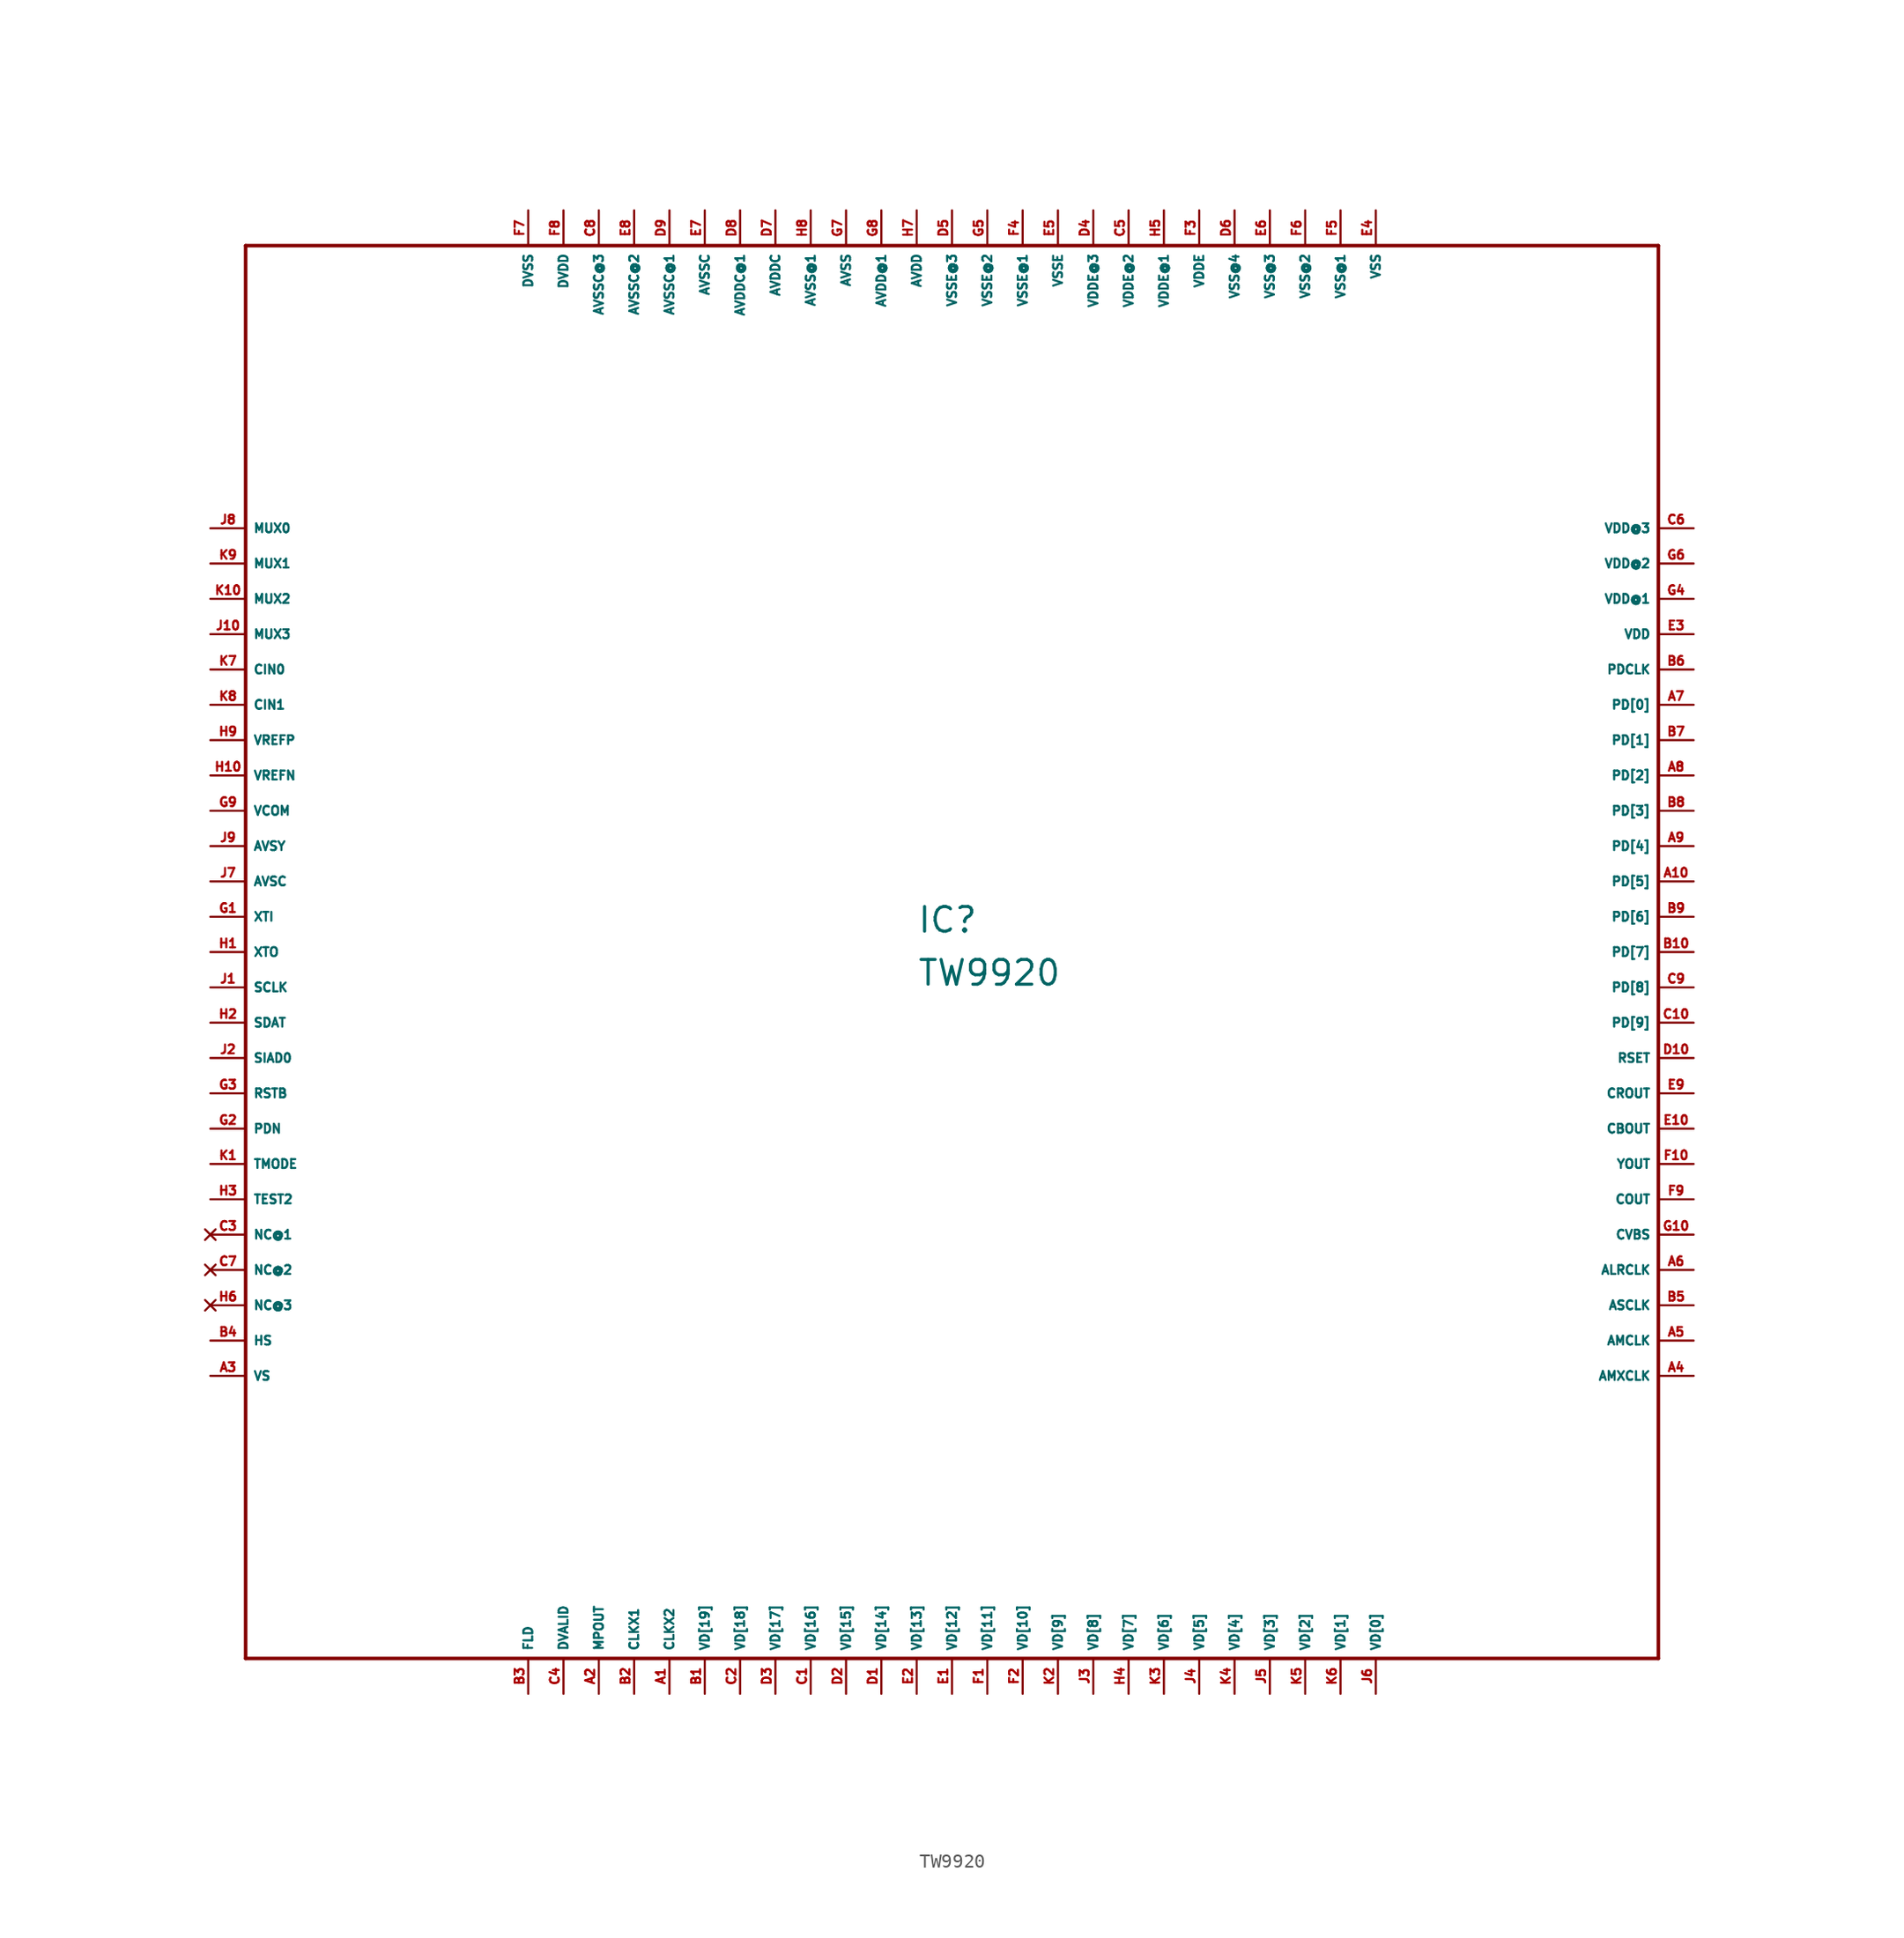
<source format=kicad_sym>
(kicad_symbol_lib
  (version 20220914)
  (generator Eagle2Kicad)
  (symbol "TW9920"
    (property "Reference" "IC"
      (at -2.54 1.27 0)
      (effects (font (size 1.778 1.778) (thickness 0.22)) (justify left bottom)))
    (property "Value" "TW9920"
      (at -2.54 -2.54 0)
      (effects (font (size 1.778 1.778) (thickness 0.22)) (justify left bottom)))
    (polyline
      (pts (xy -50.8 -50.8) (xy 50.8 -50.8))
      (stroke (width 0.254) (type default))
      (fill (type none)))
    (polyline
      (pts (xy 50.8 -50.8) (xy 50.8 50.8))
      (stroke (width 0.254) (type default))
      (fill (type none)))
    (polyline
      (pts (xy 50.8 50.8) (xy -50.8 50.8))
      (stroke (width 0.254) (type default))
      (fill (type none)))
    (polyline
      (pts (xy -50.8 50.8) (xy -50.8 -50.8))
      (stroke (width 0.254) (type default))
      (fill (type none)))
    (pin input line
      (at -53.34 30.48 0)
      (length 2.54)
      (name "MUX0" (effects (font (size 0.635 0.635) (thickness 0.08)) (justify left bottom)))
      (number "J8" (effects (font (size 0.635 0.635) (thickness 0.08)) (justify left bottom))))
    (pin input line
      (at -53.34 27.94 0)
      (length 2.54)
      (name "MUX1" (effects (font (size 0.635 0.635) (thickness 0.08)) (justify left bottom)))
      (number "K9" (effects (font (size 0.635 0.635) (thickness 0.08)) (justify left bottom))))
    (pin input line
      (at -53.34 25.4 0)
      (length 2.54)
      (name "MUX2" (effects (font (size 0.635 0.635) (thickness 0.08)) (justify left bottom)))
      (number "K10" (effects (font (size 0.635 0.635) (thickness 0.08)) (justify left bottom))))
    (pin input line
      (at -53.34 22.86 0)
      (length 2.54)
      (name "MUX3" (effects (font (size 0.635 0.635) (thickness 0.08)) (justify left bottom)))
      (number "J10" (effects (font (size 0.635 0.635) (thickness 0.08)) (justify left bottom))))
    (pin input line
      (at -53.34 20.32 0)
      (length 2.54)
      (name "CIN0" (effects (font (size 0.635 0.635) (thickness 0.08)) (justify left bottom)))
      (number "K7" (effects (font (size 0.635 0.635) (thickness 0.08)) (justify left bottom))))
    (pin input line
      (at -53.34 17.78 0)
      (length 2.54)
      (name "CIN1" (effects (font (size 0.635 0.635) (thickness 0.08)) (justify left bottom)))
      (number "K8" (effects (font (size 0.635 0.635) (thickness 0.08)) (justify left bottom))))
    (pin output line
      (at -53.34 15.24 0)
      (length 2.54)
      (name "VREFP" (effects (font (size 0.635 0.635) (thickness 0.08)) (justify left bottom)))
      (number "H9" (effects (font (size 0.635 0.635) (thickness 0.08)) (justify left bottom))))
    (pin output line
      (at -53.34 12.7 0)
      (length 2.54)
      (name "VREFN" (effects (font (size 0.635 0.635) (thickness 0.08)) (justify left bottom)))
      (number "H10" (effects (font (size 0.635 0.635) (thickness 0.08)) (justify left bottom))))
    (pin output line
      (at -53.34 10.16 0)
      (length 2.54)
      (name "VCOM" (effects (font (size 0.635 0.635) (thickness 0.08)) (justify left bottom)))
      (number "G9" (effects (font (size 0.635 0.635) (thickness 0.08)) (justify left bottom))))
    (pin input line
      (at -53.34 7.62 0)
      (length 2.54)
      (name "AVSY" (effects (font (size 0.635 0.635) (thickness 0.08)) (justify left bottom)))
      (number "J9" (effects (font (size 0.635 0.635) (thickness 0.08)) (justify left bottom))))
    (pin input line
      (at -53.34 5.08 0)
      (length 2.54)
      (name "AVSC" (effects (font (size 0.635 0.635) (thickness 0.08)) (justify left bottom)))
      (number "J7" (effects (font (size 0.635 0.635) (thickness 0.08)) (justify left bottom))))
    (pin input line
      (at -53.34 2.54 0)
      (length 2.54)
      (name "XTI" (effects (font (size 0.635 0.635) (thickness 0.08)) (justify left bottom)))
      (number "G1" (effects (font (size 0.635 0.635) (thickness 0.08)) (justify left bottom))))
    (pin output line
      (at -53.34 0 0)
      (length 2.54)
      (name "XTO" (effects (font (size 0.635 0.635) (thickness 0.08)) (justify left bottom)))
      (number "H1" (effects (font (size 0.635 0.635) (thickness 0.08)) (justify left bottom))))
    (pin input line
      (at -53.34 -2.54 0)
      (length 2.54)
      (name "SCLK" (effects (font (size 0.635 0.635) (thickness 0.08)) (justify left bottom)))
      (number "J1" (effects (font (size 0.635 0.635) (thickness 0.08)) (justify left bottom))))
    (pin bidirectional line
      (at -53.34 -5.08 0)
      (length 2.54)
      (name "SDAT" (effects (font (size 0.635 0.635) (thickness 0.08)) (justify left bottom)))
      (number "H2" (effects (font (size 0.635 0.635) (thickness 0.08)) (justify left bottom))))
    (pin input line
      (at -53.34 -7.62 0)
      (length 2.54)
      (name "SIAD0" (effects (font (size 0.635 0.635) (thickness 0.08)) (justify left bottom)))
      (number "J2" (effects (font (size 0.635 0.635) (thickness 0.08)) (justify left bottom))))
    (pin input line
      (at -53.34 -10.16 0)
      (length 2.54)
      (name "RSTB" (effects (font (size 0.635 0.635) (thickness 0.08)) (justify left bottom)))
      (number "G3" (effects (font (size 0.635 0.635) (thickness 0.08)) (justify left bottom))))
    (pin input line
      (at -53.34 -12.7 0)
      (length 2.54)
      (name "PDN" (effects (font (size 0.635 0.635) (thickness 0.08)) (justify left bottom)))
      (number "G2" (effects (font (size 0.635 0.635) (thickness 0.08)) (justify left bottom))))
    (pin input line
      (at -53.34 -15.24 0)
      (length 2.54)
      (name "TMODE" (effects (font (size 0.635 0.635) (thickness 0.08)) (justify left bottom)))
      (number "K1" (effects (font (size 0.635 0.635) (thickness 0.08)) (justify left bottom))))
    (pin passive line
      (at -53.34 -17.78 0)
      (length 2.54)
      (name "TEST2" (effects (font (size 0.635 0.635) (thickness 0.08)) (justify left bottom)))
      (number "H3" (effects (font (size 0.635 0.635) (thickness 0.08)) (justify left bottom))))
    (pin no_connect line
      (at -53.34 -20.32 0)
      (length 2.54)
      (name "NC@1" (effects (font (size 0.635 0.635) (thickness 0.08)) (justify left bottom) hide))
      (number "C3" (effects (font (size 0.635 0.635) (thickness 0.08)) (justify left bottom) hide)))
    (pin no_connect line
      (at -53.34 -22.86 0)
      (length 2.54)
      (name "NC@2" (effects (font (size 0.635 0.635) (thickness 0.08)) (justify left bottom) hide))
      (number "C7" (effects (font (size 0.635 0.635) (thickness 0.08)) (justify left bottom) hide)))
    (pin no_connect line
      (at -53.34 -25.4 0)
      (length 2.54)
      (name "NC@3" (effects (font (size 0.635 0.635) (thickness 0.08)) (justify left bottom) hide))
      (number "H6" (effects (font (size 0.635 0.635) (thickness 0.08)) (justify left bottom) hide)))
    (pin output line
      (at -53.34 -27.94 0)
      (length 2.54)
      (name "HS" (effects (font (size 0.635 0.635) (thickness 0.08)) (justify left bottom)))
      (number "B4" (effects (font (size 0.635 0.635) (thickness 0.08)) (justify left bottom))))
    (pin output line
      (at -53.34 -30.48 0)
      (length 2.54)
      (name "VS" (effects (font (size 0.635 0.635) (thickness 0.08)) (justify left bottom)))
      (number "A3" (effects (font (size 0.635 0.635) (thickness 0.08)) (justify left bottom))))
    (pin output line
      (at -30.48 -53.34 90)
      (length 2.54)
      (name "FLD" (effects (font (size 0.635 0.635) (thickness 0.08)) (justify left bottom)))
      (number "B3" (effects (font (size 0.635 0.635) (thickness 0.08)) (justify left bottom))))
    (pin output line
      (at -27.94 -53.34 90)
      (length 2.54)
      (name "DVALID" (effects (font (size 0.635 0.635) (thickness 0.08)) (justify left bottom)))
      (number "C4" (effects (font (size 0.635 0.635) (thickness 0.08)) (justify left bottom))))
    (pin output line
      (at -25.4 -53.34 90)
      (length 2.54)
      (name "MPOUT" (effects (font (size 0.635 0.635) (thickness 0.08)) (justify left bottom)))
      (number "A2" (effects (font (size 0.635 0.635) (thickness 0.08)) (justify left bottom))))
    (pin output line
      (at -22.86 -53.34 90)
      (length 2.54)
      (name "CLKX1" (effects (font (size 0.635 0.635) (thickness 0.08)) (justify left bottom)))
      (number "B2" (effects (font (size 0.635 0.635) (thickness 0.08)) (justify left bottom))))
    (pin output line
      (at -20.32 -53.34 90)
      (length 2.54)
      (name "CLKX2" (effects (font (size 0.635 0.635) (thickness 0.08)) (justify left bottom)))
      (number "A1" (effects (font (size 0.635 0.635) (thickness 0.08)) (justify left bottom))))
    (pin output line
      (at -17.78 -53.34 90)
      (length 2.54)
      (name "VD[19]" (effects (font (size 0.635 0.635) (thickness 0.08)) (justify left bottom)))
      (number "B1" (effects (font (size 0.635 0.635) (thickness 0.08)) (justify left bottom))))
    (pin output line
      (at -15.24 -53.34 90)
      (length 2.54)
      (name "VD[18]" (effects (font (size 0.635 0.635) (thickness 0.08)) (justify left bottom)))
      (number "C2" (effects (font (size 0.635 0.635) (thickness 0.08)) (justify left bottom))))
    (pin output line
      (at -12.7 -53.34 90)
      (length 2.54)
      (name "VD[17]" (effects (font (size 0.635 0.635) (thickness 0.08)) (justify left bottom)))
      (number "D3" (effects (font (size 0.635 0.635) (thickness 0.08)) (justify left bottom))))
    (pin output line
      (at -10.16 -53.34 90)
      (length 2.54)
      (name "VD[16]" (effects (font (size 0.635 0.635) (thickness 0.08)) (justify left bottom)))
      (number "C1" (effects (font (size 0.635 0.635) (thickness 0.08)) (justify left bottom))))
    (pin output line
      (at -7.62 -53.34 90)
      (length 2.54)
      (name "VD[15]" (effects (font (size 0.635 0.635) (thickness 0.08)) (justify left bottom)))
      (number "D2" (effects (font (size 0.635 0.635) (thickness 0.08)) (justify left bottom))))
    (pin output line
      (at -5.08 -53.34 90)
      (length 2.54)
      (name "VD[14]" (effects (font (size 0.635 0.635) (thickness 0.08)) (justify left bottom)))
      (number "D1" (effects (font (size 0.635 0.635) (thickness 0.08)) (justify left bottom))))
    (pin output line
      (at -2.54 -53.34 90)
      (length 2.54)
      (name "VD[13]" (effects (font (size 0.635 0.635) (thickness 0.08)) (justify left bottom)))
      (number "E2" (effects (font (size 0.635 0.635) (thickness 0.08)) (justify left bottom))))
    (pin output line
      (at 0 -53.34 90)
      (length 2.54)
      (name "VD[12]" (effects (font (size 0.635 0.635) (thickness 0.08)) (justify left bottom)))
      (number "E1" (effects (font (size 0.635 0.635) (thickness 0.08)) (justify left bottom))))
    (pin output line
      (at 2.54 -53.34 90)
      (length 2.54)
      (name "VD[11]" (effects (font (size 0.635 0.635) (thickness 0.08)) (justify left bottom)))
      (number "F1" (effects (font (size 0.635 0.635) (thickness 0.08)) (justify left bottom))))
    (pin output line
      (at 5.08 -53.34 90)
      (length 2.54)
      (name "VD[10]" (effects (font (size 0.635 0.635) (thickness 0.08)) (justify left bottom)))
      (number "F2" (effects (font (size 0.635 0.635) (thickness 0.08)) (justify left bottom))))
    (pin bidirectional line
      (at 7.62 -53.34 90)
      (length 2.54)
      (name "VD[9]" (effects (font (size 0.635 0.635) (thickness 0.08)) (justify left bottom)))
      (number "K2" (effects (font (size 0.635 0.635) (thickness 0.08)) (justify left bottom))))
    (pin bidirectional line
      (at 10.16 -53.34 90)
      (length 2.54)
      (name "VD[8]" (effects (font (size 0.635 0.635) (thickness 0.08)) (justify left bottom)))
      (number "J3" (effects (font (size 0.635 0.635) (thickness 0.08)) (justify left bottom))))
    (pin bidirectional line
      (at 12.7 -53.34 90)
      (length 2.54)
      (name "VD[7]" (effects (font (size 0.635 0.635) (thickness 0.08)) (justify left bottom)))
      (number "H4" (effects (font (size 0.635 0.635) (thickness 0.08)) (justify left bottom))))
    (pin bidirectional line
      (at 15.24 -53.34 90)
      (length 2.54)
      (name "VD[6]" (effects (font (size 0.635 0.635) (thickness 0.08)) (justify left bottom)))
      (number "K3" (effects (font (size 0.635 0.635) (thickness 0.08)) (justify left bottom))))
    (pin bidirectional line
      (at 17.78 -53.34 90)
      (length 2.54)
      (name "VD[5]" (effects (font (size 0.635 0.635) (thickness 0.08)) (justify left bottom)))
      (number "J4" (effects (font (size 0.635 0.635) (thickness 0.08)) (justify left bottom))))
    (pin bidirectional line
      (at 20.32 -53.34 90)
      (length 2.54)
      (name "VD[4]" (effects (font (size 0.635 0.635) (thickness 0.08)) (justify left bottom)))
      (number "K4" (effects (font (size 0.635 0.635) (thickness 0.08)) (justify left bottom))))
    (pin bidirectional line
      (at 22.86 -53.34 90)
      (length 2.54)
      (name "VD[3]" (effects (font (size 0.635 0.635) (thickness 0.08)) (justify left bottom)))
      (number "J5" (effects (font (size 0.635 0.635) (thickness 0.08)) (justify left bottom))))
    (pin bidirectional line
      (at 25.4 -53.34 90)
      (length 2.54)
      (name "VD[2]" (effects (font (size 0.635 0.635) (thickness 0.08)) (justify left bottom)))
      (number "K5" (effects (font (size 0.635 0.635) (thickness 0.08)) (justify left bottom))))
    (pin bidirectional line
      (at 27.94 -53.34 90)
      (length 2.54)
      (name "VD[1]" (effects (font (size 0.635 0.635) (thickness 0.08)) (justify left bottom)))
      (number "K6" (effects (font (size 0.635 0.635) (thickness 0.08)) (justify left bottom))))
    (pin bidirectional line
      (at 30.48 -53.34 90)
      (length 2.54)
      (name "VD[0]" (effects (font (size 0.635 0.635) (thickness 0.08)) (justify left bottom)))
      (number "J6" (effects (font (size 0.635 0.635) (thickness 0.08)) (justify left bottom))))
    (pin input line
      (at 53.34 -30.48 180)
      (length 2.54)
      (name "AMXCLK" (effects (font (size 0.635 0.635) (thickness 0.08)) (justify left bottom)))
      (number "A4" (effects (font (size 0.635 0.635) (thickness 0.08)) (justify left bottom))))
    (pin output line
      (at 53.34 -27.94 180)
      (length 2.54)
      (name "AMCLK" (effects (font (size 0.635 0.635) (thickness 0.08)) (justify left bottom)))
      (number "A5" (effects (font (size 0.635 0.635) (thickness 0.08)) (justify left bottom))))
    (pin output line
      (at 53.34 -25.4 180)
      (length 2.54)
      (name "ASCLK" (effects (font (size 0.635 0.635) (thickness 0.08)) (justify left bottom)))
      (number "B5" (effects (font (size 0.635 0.635) (thickness 0.08)) (justify left bottom))))
    (pin output line
      (at 53.34 -22.86 180)
      (length 2.54)
      (name "ALRCLK" (effects (font (size 0.635 0.635) (thickness 0.08)) (justify left bottom)))
      (number "A6" (effects (font (size 0.635 0.635) (thickness 0.08)) (justify left bottom))))
    (pin output line
      (at 53.34 -20.32 180)
      (length 2.54)
      (name "CVBS" (effects (font (size 0.635 0.635) (thickness 0.08)) (justify left bottom)))
      (number "G10" (effects (font (size 0.635 0.635) (thickness 0.08)) (justify left bottom))))
    (pin output line
      (at 53.34 -17.78 180)
      (length 2.54)
      (name "COUT" (effects (font (size 0.635 0.635) (thickness 0.08)) (justify left bottom)))
      (number "F9" (effects (font (size 0.635 0.635) (thickness 0.08)) (justify left bottom))))
    (pin output line
      (at 53.34 -15.24 180)
      (length 2.54)
      (name "YOUT" (effects (font (size 0.635 0.635) (thickness 0.08)) (justify left bottom)))
      (number "F10" (effects (font (size 0.635 0.635) (thickness 0.08)) (justify left bottom))))
    (pin output line
      (at 53.34 -12.7 180)
      (length 2.54)
      (name "CBOUT" (effects (font (size 0.635 0.635) (thickness 0.08)) (justify left bottom)))
      (number "E10" (effects (font (size 0.635 0.635) (thickness 0.08)) (justify left bottom))))
    (pin output line
      (at 53.34 -10.16 180)
      (length 2.54)
      (name "CROUT" (effects (font (size 0.635 0.635) (thickness 0.08)) (justify left bottom)))
      (number "E9" (effects (font (size 0.635 0.635) (thickness 0.08)) (justify left bottom))))
    (pin input line
      (at 53.34 -7.62 180)
      (length 2.54)
      (name "RSET" (effects (font (size 0.635 0.635) (thickness 0.08)) (justify left bottom)))
      (number "D10" (effects (font (size 0.635 0.635) (thickness 0.08)) (justify left bottom))))
    (pin input line
      (at 53.34 -5.08 180)
      (length 2.54)
      (name "PD[9]" (effects (font (size 0.635 0.635) (thickness 0.08)) (justify left bottom)))
      (number "C10" (effects (font (size 0.635 0.635) (thickness 0.08)) (justify left bottom))))
    (pin input line
      (at 53.34 -2.54 180)
      (length 2.54)
      (name "PD[8]" (effects (font (size 0.635 0.635) (thickness 0.08)) (justify left bottom)))
      (number "C9" (effects (font (size 0.635 0.635) (thickness 0.08)) (justify left bottom))))
    (pin input line
      (at 53.34 0 180)
      (length 2.54)
      (name "PD[7]" (effects (font (size 0.635 0.635) (thickness 0.08)) (justify left bottom)))
      (number "B10" (effects (font (size 0.635 0.635) (thickness 0.08)) (justify left bottom))))
    (pin input line
      (at 53.34 2.54 180)
      (length 2.54)
      (name "PD[6]" (effects (font (size 0.635 0.635) (thickness 0.08)) (justify left bottom)))
      (number "B9" (effects (font (size 0.635 0.635) (thickness 0.08)) (justify left bottom))))
    (pin input line
      (at 53.34 5.08 180)
      (length 2.54)
      (name "PD[5]" (effects (font (size 0.635 0.635) (thickness 0.08)) (justify left bottom)))
      (number "A10" (effects (font (size 0.635 0.635) (thickness 0.08)) (justify left bottom))))
    (pin input line
      (at 53.34 7.62 180)
      (length 2.54)
      (name "PD[4]" (effects (font (size 0.635 0.635) (thickness 0.08)) (justify left bottom)))
      (number "A9" (effects (font (size 0.635 0.635) (thickness 0.08)) (justify left bottom))))
    (pin input line
      (at 53.34 10.16 180)
      (length 2.54)
      (name "PD[3]" (effects (font (size 0.635 0.635) (thickness 0.08)) (justify left bottom)))
      (number "B8" (effects (font (size 0.635 0.635) (thickness 0.08)) (justify left bottom))))
    (pin input line
      (at 53.34 12.7 180)
      (length 2.54)
      (name "PD[2]" (effects (font (size 0.635 0.635) (thickness 0.08)) (justify left bottom)))
      (number "A8" (effects (font (size 0.635 0.635) (thickness 0.08)) (justify left bottom))))
    (pin input line
      (at 53.34 15.24 180)
      (length 2.54)
      (name "PD[1]" (effects (font (size 0.635 0.635) (thickness 0.08)) (justify left bottom)))
      (number "B7" (effects (font (size 0.635 0.635) (thickness 0.08)) (justify left bottom))))
    (pin input line
      (at 53.34 17.78 180)
      (length 2.54)
      (name "PD[0]" (effects (font (size 0.635 0.635) (thickness 0.08)) (justify left bottom)))
      (number "A7" (effects (font (size 0.635 0.635) (thickness 0.08)) (justify left bottom))))
    (pin input line
      (at 53.34 20.32 180)
      (length 2.54)
      (name "PDCLK" (effects (font (size 0.635 0.635) (thickness 0.08)) (justify left bottom)))
      (number "B6" (effects (font (size 0.635 0.635) (thickness 0.08)) (justify left bottom))))
    (pin unspecified line
      (at 53.34 22.86 180)
      (length 2.54)
      (name "VDD" (effects (font (size 0.635 0.635) (thickness 0.08)) (justify left bottom)))
      (number "E3" (effects (font (size 0.635 0.635) (thickness 0.08)) (justify left bottom))))
    (pin unspecified line
      (at 53.34 25.4 180)
      (length 2.54)
      (name "VDD@1" (effects (font (size 0.635 0.635) (thickness 0.08)) (justify left bottom)))
      (number "G4" (effects (font (size 0.635 0.635) (thickness 0.08)) (justify left bottom))))
    (pin unspecified line
      (at 53.34 27.94 180)
      (length 2.54)
      (name "VDD@2" (effects (font (size 0.635 0.635) (thickness 0.08)) (justify left bottom)))
      (number "G6" (effects (font (size 0.635 0.635) (thickness 0.08)) (justify left bottom))))
    (pin unspecified line
      (at 53.34 30.48 180)
      (length 2.54)
      (name "VDD@3" (effects (font (size 0.635 0.635) (thickness 0.08)) (justify left bottom)))
      (number "C6" (effects (font (size 0.635 0.635) (thickness 0.08)) (justify left bottom))))
    (pin unspecified line
      (at 30.48 53.34 270)
      (length 2.54)
      (name "VSS" (effects (font (size 0.635 0.635) (thickness 0.08)) (justify left bottom)))
      (number "E4" (effects (font (size 0.635 0.635) (thickness 0.08)) (justify left bottom))))
    (pin unspecified line
      (at 27.94 53.34 270)
      (length 2.54)
      (name "VSS@1" (effects (font (size 0.635 0.635) (thickness 0.08)) (justify left bottom)))
      (number "F5" (effects (font (size 0.635 0.635) (thickness 0.08)) (justify left bottom))))
    (pin unspecified line
      (at 25.4 53.34 270)
      (length 2.54)
      (name "VSS@2" (effects (font (size 0.635 0.635) (thickness 0.08)) (justify left bottom)))
      (number "F6" (effects (font (size 0.635 0.635) (thickness 0.08)) (justify left bottom))))
    (pin unspecified line
      (at 22.86 53.34 270)
      (length 2.54)
      (name "VSS@3" (effects (font (size 0.635 0.635) (thickness 0.08)) (justify left bottom)))
      (number "E6" (effects (font (size 0.635 0.635) (thickness 0.08)) (justify left bottom))))
    (pin unspecified line
      (at 20.32 53.34 270)
      (length 2.54)
      (name "VSS@4" (effects (font (size 0.635 0.635) (thickness 0.08)) (justify left bottom)))
      (number "D6" (effects (font (size 0.635 0.635) (thickness 0.08)) (justify left bottom))))
    (pin unspecified line
      (at 17.78 53.34 270)
      (length 2.54)
      (name "VDDE" (effects (font (size 0.635 0.635) (thickness 0.08)) (justify left bottom)))
      (number "F3" (effects (font (size 0.635 0.635) (thickness 0.08)) (justify left bottom))))
    (pin unspecified line
      (at 15.24 53.34 270)
      (length 2.54)
      (name "VDDE@1" (effects (font (size 0.635 0.635) (thickness 0.08)) (justify left bottom)))
      (number "H5" (effects (font (size 0.635 0.635) (thickness 0.08)) (justify left bottom))))
    (pin unspecified line
      (at 12.7 53.34 270)
      (length 2.54)
      (name "VDDE@2" (effects (font (size 0.635 0.635) (thickness 0.08)) (justify left bottom)))
      (number "C5" (effects (font (size 0.635 0.635) (thickness 0.08)) (justify left bottom))))
    (pin unspecified line
      (at 10.16 53.34 270)
      (length 2.54)
      (name "VDDE@3" (effects (font (size 0.635 0.635) (thickness 0.08)) (justify left bottom)))
      (number "D4" (effects (font (size 0.635 0.635) (thickness 0.08)) (justify left bottom))))
    (pin unspecified line
      (at 7.62 53.34 270)
      (length 2.54)
      (name "VSSE" (effects (font (size 0.635 0.635) (thickness 0.08)) (justify left bottom)))
      (number "E5" (effects (font (size 0.635 0.635) (thickness 0.08)) (justify left bottom))))
    (pin unspecified line
      (at 5.08 53.34 270)
      (length 2.54)
      (name "VSSE@1" (effects (font (size 0.635 0.635) (thickness 0.08)) (justify left bottom)))
      (number "F4" (effects (font (size 0.635 0.635) (thickness 0.08)) (justify left bottom))))
    (pin unspecified line
      (at 2.54 53.34 270)
      (length 2.54)
      (name "VSSE@2" (effects (font (size 0.635 0.635) (thickness 0.08)) (justify left bottom)))
      (number "G5" (effects (font (size 0.635 0.635) (thickness 0.08)) (justify left bottom))))
    (pin unspecified line
      (at 0 53.34 270)
      (length 2.54)
      (name "VSSE@3" (effects (font (size 0.635 0.635) (thickness 0.08)) (justify left bottom)))
      (number "D5" (effects (font (size 0.635 0.635) (thickness 0.08)) (justify left bottom))))
    (pin unspecified line
      (at -2.54 53.34 270)
      (length 2.54)
      (name "AVDD" (effects (font (size 0.635 0.635) (thickness 0.08)) (justify left bottom)))
      (number "H7" (effects (font (size 0.635 0.635) (thickness 0.08)) (justify left bottom))))
    (pin unspecified line
      (at -5.08 53.34 270)
      (length 2.54)
      (name "AVDD@1" (effects (font (size 0.635 0.635) (thickness 0.08)) (justify left bottom)))
      (number "G8" (effects (font (size 0.635 0.635) (thickness 0.08)) (justify left bottom))))
    (pin unspecified line
      (at -7.62 53.34 270)
      (length 2.54)
      (name "AVSS" (effects (font (size 0.635 0.635) (thickness 0.08)) (justify left bottom)))
      (number "G7" (effects (font (size 0.635 0.635) (thickness 0.08)) (justify left bottom))))
    (pin unspecified line
      (at -10.16 53.34 270)
      (length 2.54)
      (name "AVSS@1" (effects (font (size 0.635 0.635) (thickness 0.08)) (justify left bottom)))
      (number "H8" (effects (font (size 0.635 0.635) (thickness 0.08)) (justify left bottom))))
    (pin unspecified line
      (at -12.7 53.34 270)
      (length 2.54)
      (name "AVDDC" (effects (font (size 0.635 0.635) (thickness 0.08)) (justify left bottom)))
      (number "D7" (effects (font (size 0.635 0.635) (thickness 0.08)) (justify left bottom))))
    (pin unspecified line
      (at -15.24 53.34 270)
      (length 2.54)
      (name "AVDDC@1" (effects (font (size 0.635 0.635) (thickness 0.08)) (justify left bottom)))
      (number "D8" (effects (font (size 0.635 0.635) (thickness 0.08)) (justify left bottom))))
    (pin unspecified line
      (at -17.78 53.34 270)
      (length 2.54)
      (name "AVSSC" (effects (font (size 0.635 0.635) (thickness 0.08)) (justify left bottom)))
      (number "E7" (effects (font (size 0.635 0.635) (thickness 0.08)) (justify left bottom))))
    (pin unspecified line
      (at -20.32 53.34 270)
      (length 2.54)
      (name "AVSSC@1" (effects (font (size 0.635 0.635) (thickness 0.08)) (justify left bottom)))
      (number "D9" (effects (font (size 0.635 0.635) (thickness 0.08)) (justify left bottom))))
    (pin unspecified line
      (at -22.86 53.34 270)
      (length 2.54)
      (name "AVSSC@2" (effects (font (size 0.635 0.635) (thickness 0.08)) (justify left bottom)))
      (number "E8" (effects (font (size 0.635 0.635) (thickness 0.08)) (justify left bottom))))
    (pin unspecified line
      (at -25.4 53.34 270)
      (length 2.54)
      (name "AVSSC@3" (effects (font (size 0.635 0.635) (thickness 0.08)) (justify left bottom)))
      (number "C8" (effects (font (size 0.635 0.635) (thickness 0.08)) (justify left bottom))))
    (pin unspecified line
      (at -27.94 53.34 270)
      (length 2.54)
      (name "DVDD" (effects (font (size 0.635 0.635) (thickness 0.08)) (justify left bottom)))
      (number "F8" (effects (font (size 0.635 0.635) (thickness 0.08)) (justify left bottom))))
    (pin unspecified line
      (at -30.48 53.34 270)
      (length 2.54)
      (name "DVSS" (effects (font (size 0.635 0.635) (thickness 0.08)) (justify left bottom)))
      (number "F7" (effects (font (size 0.635 0.635) (thickness 0.08)) (justify left bottom))))))
</source>
